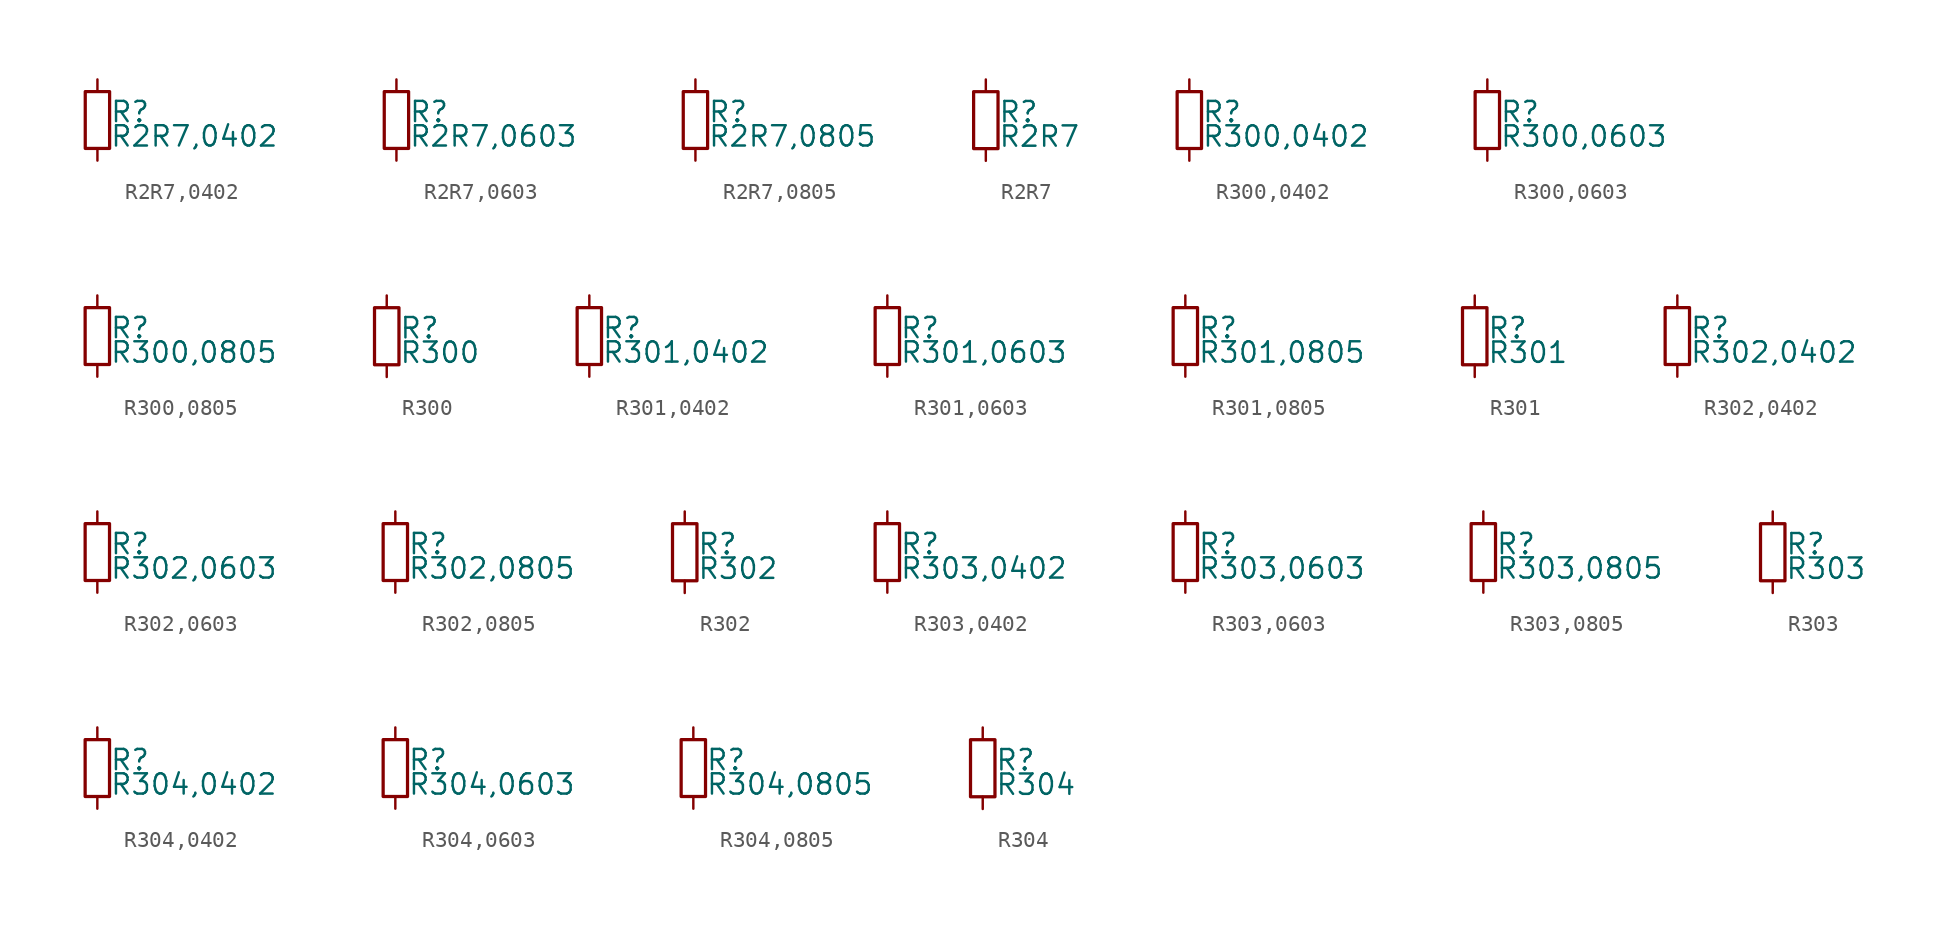
<source format=kicad_sym>
(kicad_symbol_lib
  (version 20211014)
  (generator kicad_symbol_editor)
  (symbol "R2R7,0402"
    (pin_numbers hide)
    (pin_names
      (offset 0.254) hide)
    (property "Reference" "R"
      (at 0.762 0.508 0)
      (effects (font (size 1.27 1.27)) (justify left)))
    (property "Value" "R2R7,0402"
      (at 0.762 -1.016 0)
      (effects (font (size 1.27 1.27)) (justify left)))
    (symbol "R2R7,0402_0_1"
      (rectangle (start -0.762 1.778) (end 0.762 -1.778) (stroke (width 0.203) (type default) (color 0 0 0 0)) (fill (type none))))
    (symbol "R2R7,0402_1_1"
      (pin passive line (at 0 2.54 270) (length 0.762) (name "~" (effects (font (size 1.27 1.27)))) (number "1" (effects (font (size 1.27 1.27)))))
      (pin passive line (at 0 -2.54 90) (length 0.762) (name "~" (effects (font (size 1.27 1.27)))) (number "2" (effects (font (size 1.27 1.27)))))))
  (symbol "R2R7,0603"
    (pin_numbers hide)
    (pin_names
      (offset 0.254) hide)
    (property "Reference" "R"
      (at 0.762 0.508 0)
      (effects (font (size 1.27 1.27)) (justify left)))
    (property "Value" "R2R7,0603"
      (at 0.762 -1.016 0)
      (effects (font (size 1.27 1.27)) (justify left)))
    (symbol "R2R7,0603_0_1"
      (rectangle (start -0.762 1.778) (end 0.762 -1.778) (stroke (width 0.203) (type default) (color 0 0 0 0)) (fill (type none))))
    (symbol "R2R7,0603_1_1"
      (pin passive line (at 0 2.54 270) (length 0.762) (name "~" (effects (font (size 1.27 1.27)))) (number "1" (effects (font (size 1.27 1.27)))))
      (pin passive line (at 0 -2.54 90) (length 0.762) (name "~" (effects (font (size 1.27 1.27)))) (number "2" (effects (font (size 1.27 1.27)))))))
  (symbol "R2R7,0805"
    (pin_numbers hide)
    (pin_names
      (offset 0.254) hide)
    (property "Reference" "R"
      (at 0.762 0.508 0)
      (effects (font (size 1.27 1.27)) (justify left)))
    (property "Value" "R2R7,0805"
      (at 0.762 -1.016 0)
      (effects (font (size 1.27 1.27)) (justify left)))
    (symbol "R2R7,0805_0_1"
      (rectangle (start -0.762 1.778) (end 0.762 -1.778) (stroke (width 0.203) (type default) (color 0 0 0 0)) (fill (type none))))
    (symbol "R2R7,0805_1_1"
      (pin passive line (at 0 2.54 270) (length 0.762) (name "~" (effects (font (size 1.27 1.27)))) (number "1" (effects (font (size 1.27 1.27)))))
      (pin passive line (at 0 -2.54 90) (length 0.762) (name "~" (effects (font (size 1.27 1.27)))) (number "2" (effects (font (size 1.27 1.27)))))))
  (symbol "R2R7"
    (pin_numbers hide)
    (pin_names
      (offset 0.254) hide)
    (property "Reference" "R"
      (at 0.762 0.508 0)
      (effects (font (size 1.27 1.27)) (justify left)))
    (property "Value" "R2R7"
      (at 0.762 -1.016 0)
      (effects (font (size 1.27 1.27)) (justify left)))
    (symbol "R2R7_0_1"
      (rectangle (start -0.762 1.778) (end 0.762 -1.778) (stroke (width 0.203) (type default) (color 0 0 0 0)) (fill (type none))))
    (symbol "R2R7_1_1"
      (pin passive line (at 0 2.54 270) (length 0.762) (name "~" (effects (font (size 1.27 1.27)))) (number "1" (effects (font (size 1.27 1.27)))))
      (pin passive line (at 0 -2.54 90) (length 0.762) (name "~" (effects (font (size 1.27 1.27)))) (number "2" (effects (font (size 1.27 1.27)))))))
  (symbol "R300,0402"
    (pin_numbers hide)
    (pin_names
      (offset 0.254) hide)
    (property "Reference" "R"
      (at 0.762 0.508 0)
      (effects (font (size 1.27 1.27)) (justify left)))
    (property "Value" "R300,0402"
      (at 0.762 -1.016 0)
      (effects (font (size 1.27 1.27)) (justify left)))
    (symbol "R300,0402_0_1"
      (rectangle (start -0.762 1.778) (end 0.762 -1.778) (stroke (width 0.203) (type default) (color 0 0 0 0)) (fill (type none))))
    (symbol "R300,0402_1_1"
      (pin passive line (at 0 2.54 270) (length 0.762) (name "~" (effects (font (size 1.27 1.27)))) (number "1" (effects (font (size 1.27 1.27)))))
      (pin passive line (at 0 -2.54 90) (length 0.762) (name "~" (effects (font (size 1.27 1.27)))) (number "2" (effects (font (size 1.27 1.27)))))))
  (symbol "R300,0603"
    (pin_numbers hide)
    (pin_names
      (offset 0.254) hide)
    (property "Reference" "R"
      (at 0.762 0.508 0)
      (effects (font (size 1.27 1.27)) (justify left)))
    (property "Value" "R300,0603"
      (at 0.762 -1.016 0)
      (effects (font (size 1.27 1.27)) (justify left)))
    (symbol "R300,0603_0_1"
      (rectangle (start -0.762 1.778) (end 0.762 -1.778) (stroke (width 0.203) (type default) (color 0 0 0 0)) (fill (type none))))
    (symbol "R300,0603_1_1"
      (pin passive line (at 0 2.54 270) (length 0.762) (name "~" (effects (font (size 1.27 1.27)))) (number "1" (effects (font (size 1.27 1.27)))))
      (pin passive line (at 0 -2.54 90) (length 0.762) (name "~" (effects (font (size 1.27 1.27)))) (number "2" (effects (font (size 1.27 1.27)))))))
  (symbol "R300,0805"
    (pin_numbers hide)
    (pin_names
      (offset 0.254) hide)
    (property "Reference" "R"
      (at 0.762 0.508 0)
      (effects (font (size 1.27 1.27)) (justify left)))
    (property "Value" "R300,0805"
      (at 0.762 -1.016 0)
      (effects (font (size 1.27 1.27)) (justify left)))
    (symbol "R300,0805_0_1"
      (rectangle (start -0.762 1.778) (end 0.762 -1.778) (stroke (width 0.203) (type default) (color 0 0 0 0)) (fill (type none))))
    (symbol "R300,0805_1_1"
      (pin passive line (at 0 2.54 270) (length 0.762) (name "~" (effects (font (size 1.27 1.27)))) (number "1" (effects (font (size 1.27 1.27)))))
      (pin passive line (at 0 -2.54 90) (length 0.762) (name "~" (effects (font (size 1.27 1.27)))) (number "2" (effects (font (size 1.27 1.27)))))))
  (symbol "R300"
    (pin_numbers hide)
    (pin_names
      (offset 0.254) hide)
    (property "Reference" "R"
      (at 0.762 0.508 0)
      (effects (font (size 1.27 1.27)) (justify left)))
    (property "Value" "R300"
      (at 0.762 -1.016 0)
      (effects (font (size 1.27 1.27)) (justify left)))
    (symbol "R300_0_1"
      (rectangle (start -0.762 1.778) (end 0.762 -1.778) (stroke (width 0.203) (type default) (color 0 0 0 0)) (fill (type none))))
    (symbol "R300_1_1"
      (pin passive line (at 0 2.54 270) (length 0.762) (name "~" (effects (font (size 1.27 1.27)))) (number "1" (effects (font (size 1.27 1.27)))))
      (pin passive line (at 0 -2.54 90) (length 0.762) (name "~" (effects (font (size 1.27 1.27)))) (number "2" (effects (font (size 1.27 1.27)))))))
  (symbol "R301,0402"
    (pin_numbers hide)
    (pin_names
      (offset 0.254) hide)
    (property "Reference" "R"
      (at 0.762 0.508 0)
      (effects (font (size 1.27 1.27)) (justify left)))
    (property "Value" "R301,0402"
      (at 0.762 -1.016 0)
      (effects (font (size 1.27 1.27)) (justify left)))
    (symbol "R301,0402_0_1"
      (rectangle (start -0.762 1.778) (end 0.762 -1.778) (stroke (width 0.203) (type default) (color 0 0 0 0)) (fill (type none))))
    (symbol "R301,0402_1_1"
      (pin passive line (at 0 2.54 270) (length 0.762) (name "~" (effects (font (size 1.27 1.27)))) (number "1" (effects (font (size 1.27 1.27)))))
      (pin passive line (at 0 -2.54 90) (length 0.762) (name "~" (effects (font (size 1.27 1.27)))) (number "2" (effects (font (size 1.27 1.27)))))))
  (symbol "R301,0603"
    (pin_numbers hide)
    (pin_names
      (offset 0.254) hide)
    (property "Reference" "R"
      (at 0.762 0.508 0)
      (effects (font (size 1.27 1.27)) (justify left)))
    (property "Value" "R301,0603"
      (at 0.762 -1.016 0)
      (effects (font (size 1.27 1.27)) (justify left)))
    (symbol "R301,0603_0_1"
      (rectangle (start -0.762 1.778) (end 0.762 -1.778) (stroke (width 0.203) (type default) (color 0 0 0 0)) (fill (type none))))
    (symbol "R301,0603_1_1"
      (pin passive line (at 0 2.54 270) (length 0.762) (name "~" (effects (font (size 1.27 1.27)))) (number "1" (effects (font (size 1.27 1.27)))))
      (pin passive line (at 0 -2.54 90) (length 0.762) (name "~" (effects (font (size 1.27 1.27)))) (number "2" (effects (font (size 1.27 1.27)))))))
  (symbol "R301,0805"
    (pin_numbers hide)
    (pin_names
      (offset 0.254) hide)
    (property "Reference" "R"
      (at 0.762 0.508 0)
      (effects (font (size 1.27 1.27)) (justify left)))
    (property "Value" "R301,0805"
      (at 0.762 -1.016 0)
      (effects (font (size 1.27 1.27)) (justify left)))
    (symbol "R301,0805_0_1"
      (rectangle (start -0.762 1.778) (end 0.762 -1.778) (stroke (width 0.203) (type default) (color 0 0 0 0)) (fill (type none))))
    (symbol "R301,0805_1_1"
      (pin passive line (at 0 2.54 270) (length 0.762) (name "~" (effects (font (size 1.27 1.27)))) (number "1" (effects (font (size 1.27 1.27)))))
      (pin passive line (at 0 -2.54 90) (length 0.762) (name "~" (effects (font (size 1.27 1.27)))) (number "2" (effects (font (size 1.27 1.27)))))))
  (symbol "R301"
    (pin_numbers hide)
    (pin_names
      (offset 0.254) hide)
    (property "Reference" "R"
      (at 0.762 0.508 0)
      (effects (font (size 1.27 1.27)) (justify left)))
    (property "Value" "R301"
      (at 0.762 -1.016 0)
      (effects (font (size 1.27 1.27)) (justify left)))
    (symbol "R301_0_1"
      (rectangle (start -0.762 1.778) (end 0.762 -1.778) (stroke (width 0.203) (type default) (color 0 0 0 0)) (fill (type none))))
    (symbol "R301_1_1"
      (pin passive line (at 0 2.54 270) (length 0.762) (name "~" (effects (font (size 1.27 1.27)))) (number "1" (effects (font (size 1.27 1.27)))))
      (pin passive line (at 0 -2.54 90) (length 0.762) (name "~" (effects (font (size 1.27 1.27)))) (number "2" (effects (font (size 1.27 1.27)))))))
  (symbol "R302,0402"
    (pin_numbers hide)
    (pin_names
      (offset 0.254) hide)
    (property "Reference" "R"
      (at 0.762 0.508 0)
      (effects (font (size 1.27 1.27)) (justify left)))
    (property "Value" "R302,0402"
      (at 0.762 -1.016 0)
      (effects (font (size 1.27 1.27)) (justify left)))
    (symbol "R302,0402_0_1"
      (rectangle (start -0.762 1.778) (end 0.762 -1.778) (stroke (width 0.203) (type default) (color 0 0 0 0)) (fill (type none))))
    (symbol "R302,0402_1_1"
      (pin passive line (at 0 2.54 270) (length 0.762) (name "~" (effects (font (size 1.27 1.27)))) (number "1" (effects (font (size 1.27 1.27)))))
      (pin passive line (at 0 -2.54 90) (length 0.762) (name "~" (effects (font (size 1.27 1.27)))) (number "2" (effects (font (size 1.27 1.27)))))))
  (symbol "R302,0603"
    (pin_numbers hide)
    (pin_names
      (offset 0.254) hide)
    (property "Reference" "R"
      (at 0.762 0.508 0)
      (effects (font (size 1.27 1.27)) (justify left)))
    (property "Value" "R302,0603"
      (at 0.762 -1.016 0)
      (effects (font (size 1.27 1.27)) (justify left)))
    (symbol "R302,0603_0_1"
      (rectangle (start -0.762 1.778) (end 0.762 -1.778) (stroke (width 0.203) (type default) (color 0 0 0 0)) (fill (type none))))
    (symbol "R302,0603_1_1"
      (pin passive line (at 0 2.54 270) (length 0.762) (name "~" (effects (font (size 1.27 1.27)))) (number "1" (effects (font (size 1.27 1.27)))))
      (pin passive line (at 0 -2.54 90) (length 0.762) (name "~" (effects (font (size 1.27 1.27)))) (number "2" (effects (font (size 1.27 1.27)))))))
  (symbol "R302,0805"
    (pin_numbers hide)
    (pin_names
      (offset 0.254) hide)
    (property "Reference" "R"
      (at 0.762 0.508 0)
      (effects (font (size 1.27 1.27)) (justify left)))
    (property "Value" "R302,0805"
      (at 0.762 -1.016 0)
      (effects (font (size 1.27 1.27)) (justify left)))
    (symbol "R302,0805_0_1"
      (rectangle (start -0.762 1.778) (end 0.762 -1.778) (stroke (width 0.203) (type default) (color 0 0 0 0)) (fill (type none))))
    (symbol "R302,0805_1_1"
      (pin passive line (at 0 2.54 270) (length 0.762) (name "~" (effects (font (size 1.27 1.27)))) (number "1" (effects (font (size 1.27 1.27)))))
      (pin passive line (at 0 -2.54 90) (length 0.762) (name "~" (effects (font (size 1.27 1.27)))) (number "2" (effects (font (size 1.27 1.27)))))))
  (symbol "R302"
    (pin_numbers hide)
    (pin_names
      (offset 0.254) hide)
    (property "Reference" "R"
      (at 0.762 0.508 0)
      (effects (font (size 1.27 1.27)) (justify left)))
    (property "Value" "R302"
      (at 0.762 -1.016 0)
      (effects (font (size 1.27 1.27)) (justify left)))
    (symbol "R302_0_1"
      (rectangle (start -0.762 1.778) (end 0.762 -1.778) (stroke (width 0.203) (type default) (color 0 0 0 0)) (fill (type none))))
    (symbol "R302_1_1"
      (pin passive line (at 0 2.54 270) (length 0.762) (name "~" (effects (font (size 1.27 1.27)))) (number "1" (effects (font (size 1.27 1.27)))))
      (pin passive line (at 0 -2.54 90) (length 0.762) (name "~" (effects (font (size 1.27 1.27)))) (number "2" (effects (font (size 1.27 1.27)))))))
  (symbol "R303,0402"
    (pin_numbers hide)
    (pin_names
      (offset 0.254) hide)
    (property "Reference" "R"
      (at 0.762 0.508 0)
      (effects (font (size 1.27 1.27)) (justify left)))
    (property "Value" "R303,0402"
      (at 0.762 -1.016 0)
      (effects (font (size 1.27 1.27)) (justify left)))
    (symbol "R303,0402_0_1"
      (rectangle (start -0.762 1.778) (end 0.762 -1.778) (stroke (width 0.203) (type default) (color 0 0 0 0)) (fill (type none))))
    (symbol "R303,0402_1_1"
      (pin passive line (at 0 2.54 270) (length 0.762) (name "~" (effects (font (size 1.27 1.27)))) (number "1" (effects (font (size 1.27 1.27)))))
      (pin passive line (at 0 -2.54 90) (length 0.762) (name "~" (effects (font (size 1.27 1.27)))) (number "2" (effects (font (size 1.27 1.27)))))))
  (symbol "R303,0603"
    (pin_numbers hide)
    (pin_names
      (offset 0.254) hide)
    (property "Reference" "R"
      (at 0.762 0.508 0)
      (effects (font (size 1.27 1.27)) (justify left)))
    (property "Value" "R303,0603"
      (at 0.762 -1.016 0)
      (effects (font (size 1.27 1.27)) (justify left)))
    (symbol "R303,0603_0_1"
      (rectangle (start -0.762 1.778) (end 0.762 -1.778) (stroke (width 0.203) (type default) (color 0 0 0 0)) (fill (type none))))
    (symbol "R303,0603_1_1"
      (pin passive line (at 0 2.54 270) (length 0.762) (name "~" (effects (font (size 1.27 1.27)))) (number "1" (effects (font (size 1.27 1.27)))))
      (pin passive line (at 0 -2.54 90) (length 0.762) (name "~" (effects (font (size 1.27 1.27)))) (number "2" (effects (font (size 1.27 1.27)))))))
  (symbol "R303,0805"
    (pin_numbers hide)
    (pin_names
      (offset 0.254) hide)
    (property "Reference" "R"
      (at 0.762 0.508 0)
      (effects (font (size 1.27 1.27)) (justify left)))
    (property "Value" "R303,0805"
      (at 0.762 -1.016 0)
      (effects (font (size 1.27 1.27)) (justify left)))
    (symbol "R303,0805_0_1"
      (rectangle (start -0.762 1.778) (end 0.762 -1.778) (stroke (width 0.203) (type default) (color 0 0 0 0)) (fill (type none))))
    (symbol "R303,0805_1_1"
      (pin passive line (at 0 2.54 270) (length 0.762) (name "~" (effects (font (size 1.27 1.27)))) (number "1" (effects (font (size 1.27 1.27)))))
      (pin passive line (at 0 -2.54 90) (length 0.762) (name "~" (effects (font (size 1.27 1.27)))) (number "2" (effects (font (size 1.27 1.27)))))))
  (symbol "R303"
    (pin_numbers hide)
    (pin_names
      (offset 0.254) hide)
    (property "Reference" "R"
      (at 0.762 0.508 0)
      (effects (font (size 1.27 1.27)) (justify left)))
    (property "Value" "R303"
      (at 0.762 -1.016 0)
      (effects (font (size 1.27 1.27)) (justify left)))
    (symbol "R303_0_1"
      (rectangle (start -0.762 1.778) (end 0.762 -1.778) (stroke (width 0.203) (type default) (color 0 0 0 0)) (fill (type none))))
    (symbol "R303_1_1"
      (pin passive line (at 0 2.54 270) (length 0.762) (name "~" (effects (font (size 1.27 1.27)))) (number "1" (effects (font (size 1.27 1.27)))))
      (pin passive line (at 0 -2.54 90) (length 0.762) (name "~" (effects (font (size 1.27 1.27)))) (number "2" (effects (font (size 1.27 1.27)))))))
  (symbol "R304,0402"
    (pin_numbers hide)
    (pin_names
      (offset 0.254) hide)
    (property "Reference" "R"
      (at 0.762 0.508 0)
      (effects (font (size 1.27 1.27)) (justify left)))
    (property "Value" "R304,0402"
      (at 0.762 -1.016 0)
      (effects (font (size 1.27 1.27)) (justify left)))
    (symbol "R304,0402_0_1"
      (rectangle (start -0.762 1.778) (end 0.762 -1.778) (stroke (width 0.203) (type default) (color 0 0 0 0)) (fill (type none))))
    (symbol "R304,0402_1_1"
      (pin passive line (at 0 2.54 270) (length 0.762) (name "~" (effects (font (size 1.27 1.27)))) (number "1" (effects (font (size 1.27 1.27)))))
      (pin passive line (at 0 -2.54 90) (length 0.762) (name "~" (effects (font (size 1.27 1.27)))) (number "2" (effects (font (size 1.27 1.27)))))))
  (symbol "R304,0603"
    (pin_numbers hide)
    (pin_names
      (offset 0.254) hide)
    (property "Reference" "R"
      (at 0.762 0.508 0)
      (effects (font (size 1.27 1.27)) (justify left)))
    (property "Value" "R304,0603"
      (at 0.762 -1.016 0)
      (effects (font (size 1.27 1.27)) (justify left)))
    (symbol "R304,0603_0_1"
      (rectangle (start -0.762 1.778) (end 0.762 -1.778) (stroke (width 0.203) (type default) (color 0 0 0 0)) (fill (type none))))
    (symbol "R304,0603_1_1"
      (pin passive line (at 0 2.54 270) (length 0.762) (name "~" (effects (font (size 1.27 1.27)))) (number "1" (effects (font (size 1.27 1.27)))))
      (pin passive line (at 0 -2.54 90) (length 0.762) (name "~" (effects (font (size 1.27 1.27)))) (number "2" (effects (font (size 1.27 1.27)))))))
  (symbol "R304,0805"
    (pin_numbers hide)
    (pin_names
      (offset 0.254) hide)
    (property "Reference" "R"
      (at 0.762 0.508 0)
      (effects (font (size 1.27 1.27)) (justify left)))
    (property "Value" "R304,0805"
      (at 0.762 -1.016 0)
      (effects (font (size 1.27 1.27)) (justify left)))
    (symbol "R304,0805_0_1"
      (rectangle (start -0.762 1.778) (end 0.762 -1.778) (stroke (width 0.203) (type default) (color 0 0 0 0)) (fill (type none))))
    (symbol "R304,0805_1_1"
      (pin passive line (at 0 2.54 270) (length 0.762) (name "~" (effects (font (size 1.27 1.27)))) (number "1" (effects (font (size 1.27 1.27)))))
      (pin passive line (at 0 -2.54 90) (length 0.762) (name "~" (effects (font (size 1.27 1.27)))) (number "2" (effects (font (size 1.27 1.27)))))))
  (symbol "R304"
    (pin_numbers hide)
    (pin_names
      (offset 0.254) hide)
    (property "Reference" "R"
      (at 0.762 0.508 0)
      (effects (font (size 1.27 1.27)) (justify left)))
    (property "Value" "R304"
      (at 0.762 -1.016 0)
      (effects (font (size 1.27 1.27)) (justify left)))
    (symbol "R304_0_1"
      (rectangle (start -0.762 1.778) (end 0.762 -1.778) (stroke (width 0.203) (type default) (color 0 0 0 0)) (fill (type none))))
    (symbol "R304_1_1"
      (pin passive line (at 0 2.54 270) (length 0.762) (name "~" (effects (font (size 1.27 1.27)))) (number "1" (effects (font (size 1.27 1.27)))))
      (pin passive line (at 0 -2.54 90) (length 0.762) (name "~" (effects (font (size 1.27 1.27)))) (number "2" (effects (font (size 1.27 1.27))))))))
</source>
